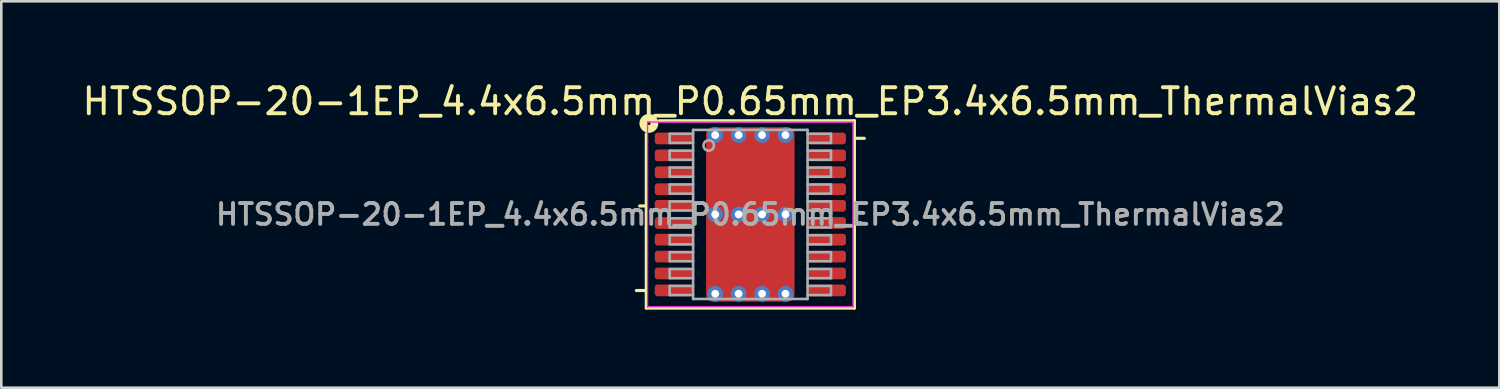
<source format=kicad_pcb>
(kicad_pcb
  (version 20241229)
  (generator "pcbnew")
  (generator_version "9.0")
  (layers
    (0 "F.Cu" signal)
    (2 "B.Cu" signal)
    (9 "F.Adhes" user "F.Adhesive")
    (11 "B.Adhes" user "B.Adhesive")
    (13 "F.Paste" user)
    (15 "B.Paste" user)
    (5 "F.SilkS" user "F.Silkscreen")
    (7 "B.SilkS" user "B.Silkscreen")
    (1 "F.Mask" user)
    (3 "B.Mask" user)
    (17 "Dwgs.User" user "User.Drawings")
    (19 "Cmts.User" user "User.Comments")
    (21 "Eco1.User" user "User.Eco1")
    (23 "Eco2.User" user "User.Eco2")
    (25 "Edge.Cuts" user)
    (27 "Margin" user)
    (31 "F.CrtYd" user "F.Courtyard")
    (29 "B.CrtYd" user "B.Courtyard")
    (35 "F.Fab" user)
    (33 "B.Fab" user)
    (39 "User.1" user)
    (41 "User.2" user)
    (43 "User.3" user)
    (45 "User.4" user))
  (footprint "HTSSOP-20-1EP_4.4x6.5mm_P0.65mm_EP3.4x6.5mm_ThermalVias2"
    (layer "F.Cu")
    (at 25.792 5.192)
    (property "Reference" "HTSSOP-20-1EP_4.4x6.5mm_P0.65mm_EP3.4x6.5mm_ThermalVias2" (at 0 -4.344 0) (layer "F.SilkS") (effects (font (size 1 1) (thickness 0.15))))
    (attr smd)
    (fp_line (start -4 -0.325) (end -4.254 -0.325) (stroke (width 0.12) (type solid)) (layer "F.SilkS"))
    (fp_line (start -4 2.925) (end -4.381 2.925) (stroke (width 0.12) (type solid)) (layer "F.SilkS"))
    (fp_line (start -4 3.6) (end -4 -3.1) (stroke (width 0.12) (type solid)) (layer "F.SilkS"))
    (fp_line (start -3.5 -3.6) (end 4 -3.6) (stroke (width 0.12) (type solid)) (layer "F.SilkS"))
    (fp_line (start 4 -3.6) (end 4 3.6) (stroke (width 0.12) (type solid)) (layer "F.SilkS"))
    (fp_line (start 4 -2.925) (end 4.381 -2.925) (stroke (width 0.12) (type solid)) (layer "F.SilkS"))
    (fp_line (start 4 0.325) (end 4.254 0.325) (stroke (width 0.12) (type solid)) (layer "F.SilkS"))
    (fp_line (start 4 3.6) (end -4 3.6) (stroke (width 0.12) (type solid)) (layer "F.SilkS"))
    (fp_circle (center -3.9 -3.5) (end -3.837 -3.5) (stroke (width 0.3) (type solid)) (fill no) (layer "F.SilkS"))
    (fp_line (start -3.95 -3.55) (end -3.95 3.55) (stroke (width 0.05) (type solid)) (layer "F.CrtYd"))
    (fp_line (start -3.95 -3.55) (end 3.95 -3.55) (stroke (width 0.05) (type solid)) (layer "F.CrtYd"))
    (fp_line (start -3.95 3.55) (end 3.95 3.55) (stroke (width 0.05) (type solid)) (layer "F.CrtYd"))
    (fp_line (start 3.95 -3.55) (end 3.95 3.55) (stroke (width 0.05) (type solid)) (layer "F.CrtYd"))
    (fp_line (start -3.1 -3.1) (end -3.1 -2.75) (stroke (width 0.1) (type solid)) (layer "F.Fab"))
    (fp_line (start -3.1 -3.1) (end -2.2 -3.1) (stroke (width 0.1) (type solid)) (layer "F.Fab"))
    (fp_line (start -3.1 -2.75) (end -2.2 -2.75) (stroke (width 0.1) (type solid)) (layer "F.Fab"))
    (fp_line (start -3.1 -2.45) (end -3.1 -2.1) (stroke (width 0.1) (type solid)) (layer "F.Fab"))
    (fp_line (start -3.1 -2.45) (end -2.2 -2.45) (stroke (width 0.1) (type solid)) (layer "F.Fab"))
    (fp_line (start -3.1 -2.1) (end -2.2 -2.1) (stroke (width 0.1) (type solid)) (layer "F.Fab"))
    (fp_line (start -3.1 -1.8) (end -3.1 -1.45) (stroke (width 0.1) (type solid)) (layer "F.Fab"))
    (fp_line (start -3.1 -1.8) (end -2.2 -1.8) (stroke (width 0.1) (type solid)) (layer "F.Fab"))
    (fp_line (start -3.1 -1.45) (end -2.2 -1.45) (stroke (width 0.1) (type solid)) (layer "F.Fab"))
    (fp_line (start -3.1 -1.15) (end -3.1 -0.8) (stroke (width 0.1) (type solid)) (layer "F.Fab"))
    (fp_line (start -3.1 -1.15) (end -2.2 -1.15) (stroke (width 0.1) (type solid)) (layer "F.Fab"))
    (fp_line (start -3.1 -0.8) (end -2.2 -0.8) (stroke (width 0.1) (type solid)) (layer "F.Fab"))
    (fp_line (start -3.1 -0.5) (end -3.1 -0.15) (stroke (width 0.1) (type solid)) (layer "F.Fab"))
    (fp_line (start -3.1 -0.5) (end -2.2 -0.5) (stroke (width 0.1) (type solid)) (layer "F.Fab"))
    (fp_line (start -3.1 -0.15) (end -2.2 -0.15) (stroke (width 0.1) (type solid)) (layer "F.Fab"))
    (fp_line (start -3.1 0.15) (end -3.1 0.5) (stroke (width 0.1) (type solid)) (layer "F.Fab"))
    (fp_line (start -3.1 0.15) (end -2.2 0.15) (stroke (width 0.1) (type solid)) (layer "F.Fab"))
    (fp_line (start -3.1 0.5) (end -2.2 0.5) (stroke (width 0.1) (type solid)) (layer "F.Fab"))
    (fp_line (start -3.1 0.8) (end -3.1 1.15) (stroke (width 0.1) (type solid)) (layer "F.Fab"))
    (fp_line (start -3.1 0.8) (end -2.2 0.8) (stroke (width 0.1) (type solid)) (layer "F.Fab"))
    (fp_line (start -3.1 1.15) (end -2.2 1.15) (stroke (width 0.1) (type solid)) (layer "F.Fab"))
    (fp_line (start -3.1 1.45) (end -3.1 1.8) (stroke (width 0.1) (type solid)) (layer "F.Fab"))
    (fp_line (start -3.1 1.45) (end -2.2 1.45) (stroke (width 0.1) (type solid)) (layer "F.Fab"))
    (fp_line (start -3.1 1.8) (end -2.2 1.8) (stroke (width 0.1) (type solid)) (layer "F.Fab"))
    (fp_line (start -3.1 2.1) (end -3.1 2.45) (stroke (width 0.1) (type solid)) (layer "F.Fab"))
    (fp_line (start -3.1 2.1) (end -2.2 2.1) (stroke (width 0.1) (type solid)) (layer "F.Fab"))
    (fp_line (start -3.1 2.45) (end -2.2 2.45) (stroke (width 0.1) (type solid)) (layer "F.Fab"))
    (fp_line (start -3.1 2.75) (end -3.1 3.1) (stroke (width 0.1) (type solid)) (layer "F.Fab"))
    (fp_line (start -3.1 2.75) (end -2.2 2.75) (stroke (width 0.1) (type solid)) (layer "F.Fab"))
    (fp_line (start -3.1 3.1) (end -2.2 3.1) (stroke (width 0.1) (type solid)) (layer "F.Fab"))
    (fp_line (start -2.2 -3.25) (end 2.2 -3.25) (stroke (width 0.1) (type solid)) (layer "F.Fab"))
    (fp_line (start -2.2 3.25) (end -2.2 -3.25) (stroke (width 0.1) (type solid)) (layer "F.Fab"))
    (fp_line (start 2.2 -3.25) (end 2.2 3.25) (stroke (width 0.1) (type solid)) (layer "F.Fab"))
    (fp_line (start 2.2 3.25) (end -2.2 3.25) (stroke (width 0.1) (type solid)) (layer "F.Fab"))
    (fp_line (start 3.1 -3.1) (end 2.2 -3.1) (stroke (width 0.1) (type solid)) (layer "F.Fab"))
    (fp_line (start 3.1 -2.75) (end 2.2 -2.75) (stroke (width 0.1) (type solid)) (layer "F.Fab"))
    (fp_line (start 3.1 -2.75) (end 3.1 -3.1) (stroke (width 0.1) (type solid)) (layer "F.Fab"))
    (fp_line (start 3.1 -2.45) (end 2.2 -2.45) (stroke (width 0.1) (type solid)) (layer "F.Fab"))
    (fp_line (start 3.1 -2.1) (end 2.2 -2.1) (stroke (width 0.1) (type solid)) (layer "F.Fab"))
    (fp_line (start 3.1 -2.1) (end 3.1 -2.45) (stroke (width 0.1) (type solid)) (layer "F.Fab"))
    (fp_line (start 3.1 -1.8) (end 2.2 -1.8) (stroke (width 0.1) (type solid)) (layer "F.Fab"))
    (fp_line (start 3.1 -1.45) (end 2.2 -1.45) (stroke (width 0.1) (type solid)) (layer "F.Fab"))
    (fp_line (start 3.1 -1.45) (end 3.1 -1.8) (stroke (width 0.1) (type solid)) (layer "F.Fab"))
    (fp_line (start 3.1 -1.15) (end 2.2 -1.15) (stroke (width 0.1) (type solid)) (layer "F.Fab"))
    (fp_line (start 3.1 -0.8) (end 2.2 -0.8) (stroke (width 0.1) (type solid)) (layer "F.Fab"))
    (fp_line (start 3.1 -0.8) (end 3.1 -1.15) (stroke (width 0.1) (type solid)) (layer "F.Fab"))
    (fp_line (start 3.1 -0.5) (end 2.2 -0.5) (stroke (width 0.1) (type solid)) (layer "F.Fab"))
    (fp_line (start 3.1 -0.15) (end 2.2 -0.15) (stroke (width 0.1) (type solid)) (layer "F.Fab"))
    (fp_line (start 3.1 -0.15) (end 3.1 -0.5) (stroke (width 0.1) (type solid)) (layer "F.Fab"))
    (fp_line (start 3.1 0.15) (end 2.2 0.15) (stroke (width 0.1) (type solid)) (layer "F.Fab"))
    (fp_line (start 3.1 0.5) (end 2.2 0.5) (stroke (width 0.1) (type solid)) (layer "F.Fab"))
    (fp_line (start 3.1 0.5) (end 3.1 0.15) (stroke (width 0.1) (type solid)) (layer "F.Fab"))
    (fp_line (start 3.1 0.8) (end 2.2 0.8) (stroke (width 0.1) (type solid)) (layer "F.Fab"))
    (fp_line (start 3.1 1.15) (end 2.2 1.15) (stroke (width 0.1) (type solid)) (layer "F.Fab"))
    (fp_line (start 3.1 1.15) (end 3.1 0.8) (stroke (width 0.1) (type solid)) (layer "F.Fab"))
    (fp_line (start 3.1 1.45) (end 2.2 1.45) (stroke (width 0.1) (type solid)) (layer "F.Fab"))
    (fp_line (start 3.1 1.8) (end 2.2 1.8) (stroke (width 0.1) (type solid)) (layer "F.Fab"))
    (fp_line (start 3.1 1.8) (end 3.1 1.45) (stroke (width 0.1) (type solid)) (layer "F.Fab"))
    (fp_line (start 3.1 2.1) (end 2.2 2.1) (stroke (width 0.1) (type solid)) (layer "F.Fab"))
    (fp_line (start 3.1 2.45) (end 2.2 2.45) (stroke (width 0.1) (type solid)) (layer "F.Fab"))
    (fp_line (start 3.1 2.45) (end 3.1 2.1) (stroke (width 0.1) (type solid)) (layer "F.Fab"))
    (fp_line (start 3.1 2.75) (end 2.2 2.75) (stroke (width 0.1) (type solid)) (layer "F.Fab"))
    (fp_line (start 3.1 3.1) (end 2.2 3.1) (stroke (width 0.1) (type solid)) (layer "F.Fab"))
    (fp_line (start 3.1 3.1) (end 3.1 2.75) (stroke (width 0.1) (type solid)) (layer "F.Fab"))
    (fp_circle (center -1.6 -2.65) (end -1.4 -2.65) (stroke (width 0.1) (type solid)) (fill no) (layer "F.Fab"))
    (fp_text user "${REFERENCE}" (at 0 0 0) (layer "F.Fab") (effects (font (size 0.8 0.8) (thickness 0.15))))
    (pad "" smd roundrect (at -0.775 -2.1) (size 1.35 0.9) (layers "F.Paste") (roundrect_rratio 0.25))
    (pad "" smd roundrect (at -0.775 -0.95) (size 1.35 0.9) (layers "F.Paste") (roundrect_rratio 0.25))
    (pad "" smd roundrect (at -0.775 0.95) (size 1.35 0.9) (layers "F.Paste") (roundrect_rratio 0.25))
    (pad "" smd roundrect (at -0.775 2.1) (size 1.35 0.9) (layers "F.Paste") (roundrect_rratio 0.25))
    (pad "" smd roundrect (at 0 -1.525) (size 3.4 2.45) (layers "F.Mask") (roundrect_rratio 0.102))
    (pad "" smd roundrect (at 0 1.525) (size 3.4 2.45) (layers "F.Mask") (roundrect_rratio 0.102))
    (pad "" smd roundrect (at 0.775 -2.1) (size 1.35 0.9) (layers "F.Paste") (roundrect_rratio 0.25))
    (pad "" smd roundrect (at 0.775 -0.95) (size 1.35 0.9) (layers "F.Paste") (roundrect_rratio 0.25))
    (pad "" smd roundrect (at 0.775 0.95) (size 1.35 0.9) (layers "F.Paste") (roundrect_rratio 0.25))
    (pad "" smd roundrect (at 0.775 2.1) (size 1.35 0.9) (layers "F.Paste") (roundrect_rratio 0.25))
    (pad "1" smd roundrect (at -2.95 -2.92) (size 1.45 0.45) (layers "F.Cu" "F.Mask" "F.Paste") (roundrect_rratio 0.25))
    (pad "2" smd roundrect (at -2.95 -2.27) (size 1.45 0.45) (layers "F.Cu" "F.Mask" "F.Paste") (roundrect_rratio 0.25))
    (pad "3" smd roundrect (at -2.95 -1.62) (size 1.45 0.45) (layers "F.Cu" "F.Mask" "F.Paste") (roundrect_rratio 0.25))
    (pad "4" smd roundrect (at -2.95 -0.97) (size 1.45 0.45) (layers "F.Cu" "F.Mask" "F.Paste") (roundrect_rratio 0.25))
    (pad "5" smd roundrect (at -2.95 -0.33) (size 1.45 0.45) (layers "F.Cu" "F.Mask" "F.Paste") (roundrect_rratio 0.25))
    (pad "6" smd roundrect (at -2.95 0.33) (size 1.45 0.45) (layers "F.Cu" "F.Mask" "F.Paste") (roundrect_rratio 0.25))
    (pad "7" smd roundrect (at -2.95 0.97) (size 1.45 0.45) (layers "F.Cu" "F.Mask" "F.Paste") (roundrect_rratio 0.25))
    (pad "8" smd roundrect (at -2.95 1.62) (size 1.45 0.45) (layers "F.Cu" "F.Mask" "F.Paste") (roundrect_rratio 0.25))
    (pad "9" smd roundrect (at -2.95 2.27) (size 1.45 0.45) (layers "F.Cu" "F.Mask" "F.Paste") (roundrect_rratio 0.25))
    (pad "10" smd roundrect (at -2.95 2.92) (size 1.45 0.45) (layers "F.Cu" "F.Mask" "F.Paste") (roundrect_rratio 0.25))
    (pad "11" smd roundrect (at 2.95 2.92) (size 1.45 0.45) (layers "F.Cu" "F.Mask" "F.Paste") (roundrect_rratio 0.25))
    (pad "12" smd roundrect (at 2.95 2.27) (size 1.45 0.45) (layers "F.Cu" "F.Mask" "F.Paste") (roundrect_rratio 0.25))
    (pad "13" smd roundrect (at 2.95 1.62) (size 1.45 0.45) (layers "F.Cu" "F.Mask" "F.Paste") (roundrect_rratio 0.25))
    (pad "14" smd roundrect (at 2.95 0.97) (size 1.45 0.45) (layers "F.Cu" "F.Mask" "F.Paste") (roundrect_rratio 0.25))
    (pad "15" smd roundrect (at 2.95 0.33) (size 1.45 0.45) (layers "F.Cu" "F.Mask" "F.Paste") (roundrect_rratio 0.25))
    (pad "16" smd roundrect (at 2.95 -0.33) (size 1.45 0.45) (layers "F.Cu" "F.Mask" "F.Paste") (roundrect_rratio 0.25))
    (pad "17" smd roundrect (at 2.95 -0.97) (size 1.45 0.45) (layers "F.Cu" "F.Mask" "F.Paste") (roundrect_rratio 0.25))
    (pad "18" smd roundrect (at 2.95 -1.62) (size 1.45 0.45) (layers "F.Cu" "F.Mask" "F.Paste") (roundrect_rratio 0.25))
    (pad "19" smd roundrect (at 2.95 -2.27) (size 1.45 0.45) (layers "F.Cu" "F.Mask" "F.Paste") (roundrect_rratio 0.25))
    (pad "20" smd roundrect (at 2.95 -2.92) (size 1.45 0.45) (layers "F.Cu" "F.Mask" "F.Paste") (roundrect_rratio 0.25))
    (pad "21" thru_hole circle (at -1.35 -3.05) (size 0.6 0.6) (drill 0.3) (property pad_prop_heatsink) (layers "*.Cu" "*.Mask"))
    (pad "21" thru_hole circle (at -1.35 0) (size 0.6 0.6) (drill 0.3) (property pad_prop_heatsink) (layers "*.Cu" "*.Mask"))
    (pad "21" thru_hole circle (at -1.35 3.05) (size 0.6 0.6) (drill 0.3) (property pad_prop_heatsink) (layers "*.Cu" "*.Mask"))
    (pad "21" thru_hole circle (at -0.45 -3.05) (size 0.6 0.6) (drill 0.3) (property pad_prop_heatsink) (layers "*.Cu" "*.Mask"))
    (pad "21" thru_hole circle (at -0.45 0) (size 0.6 0.6) (drill 0.3) (property pad_prop_heatsink) (layers "*.Cu" "*.Mask"))
    (pad "21" thru_hole circle (at -0.45 3.05) (size 0.6 0.6) (drill 0.3) (property pad_prop_heatsink) (layers "*.Cu" "*.Mask"))
    (pad "21" smd roundrect (at 0 0) (size 3.4 6.7) (layers "F.Cu") (roundrect_rratio 0.074))
    (pad "21" thru_hole circle (at 0.45 -3.05) (size 0.6 0.6) (drill 0.3) (property pad_prop_heatsink) (layers "*.Cu" "*.Mask"))
    (pad "21" thru_hole circle (at 0.45 0) (size 0.6 0.6) (drill 0.3) (property pad_prop_heatsink) (layers "*.Cu" "*.Mask"))
    (pad "21" thru_hole circle (at 0.45 3.05) (size 0.6 0.6) (drill 0.3) (property pad_prop_heatsink) (layers "*.Cu" "*.Mask"))
    (pad "21" thru_hole circle (at 1.35 -3.05) (size 0.6 0.6) (drill 0.3) (property pad_prop_heatsink) (layers "*.Cu" "*.Mask"))
    (pad "21" thru_hole circle (at 1.35 0) (size 0.6 0.6) (drill 0.3) (property pad_prop_heatsink) (layers "*.Cu" "*.Mask"))
    (pad "21" thru_hole circle (at 1.35 3.05) (size 0.6 0.6) (drill 0.3) (property pad_prop_heatsink) (layers "*.Cu" "*.Mask")))
  (gr_rect
    (start -3 -3)
    (end 54.583 11.852)
    (stroke (width 0.1) (type default))
    (fill no)
    (layer "Edge.Cuts")))
</source>
